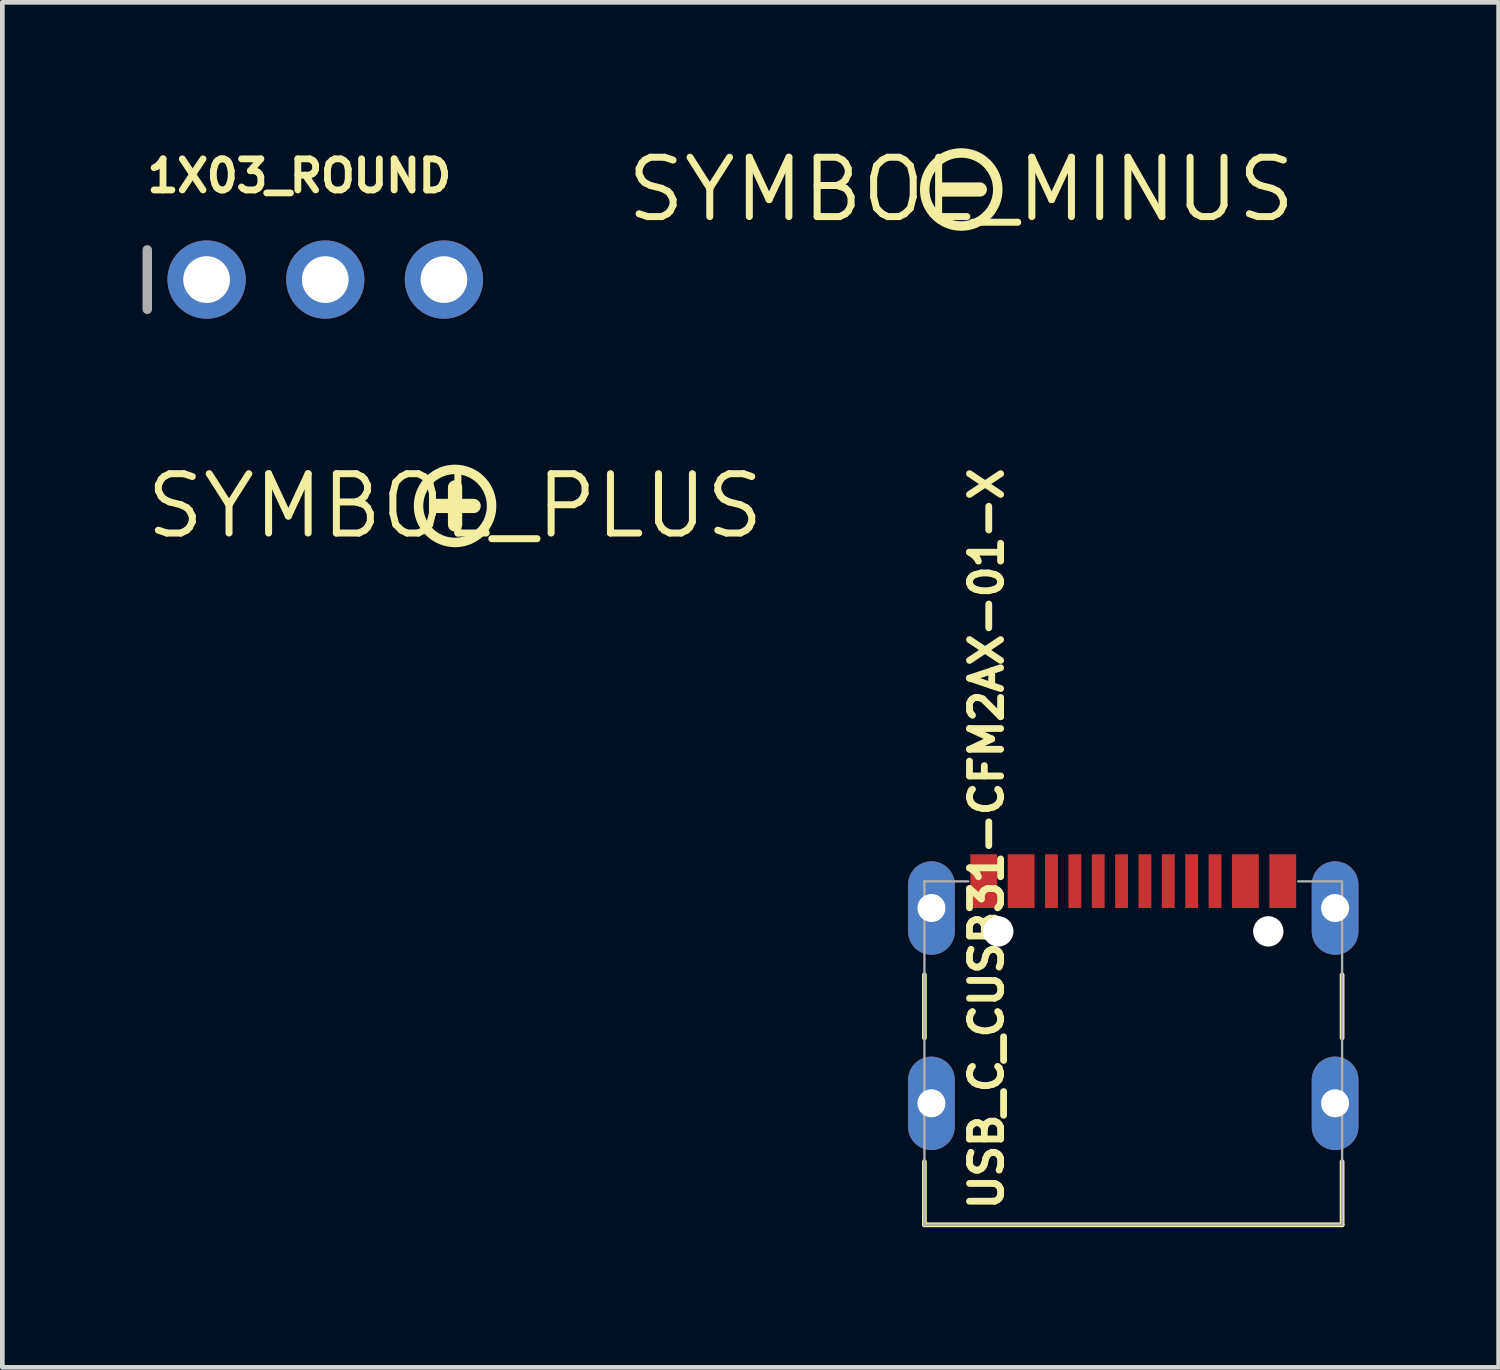
<source format=kicad_pcb>
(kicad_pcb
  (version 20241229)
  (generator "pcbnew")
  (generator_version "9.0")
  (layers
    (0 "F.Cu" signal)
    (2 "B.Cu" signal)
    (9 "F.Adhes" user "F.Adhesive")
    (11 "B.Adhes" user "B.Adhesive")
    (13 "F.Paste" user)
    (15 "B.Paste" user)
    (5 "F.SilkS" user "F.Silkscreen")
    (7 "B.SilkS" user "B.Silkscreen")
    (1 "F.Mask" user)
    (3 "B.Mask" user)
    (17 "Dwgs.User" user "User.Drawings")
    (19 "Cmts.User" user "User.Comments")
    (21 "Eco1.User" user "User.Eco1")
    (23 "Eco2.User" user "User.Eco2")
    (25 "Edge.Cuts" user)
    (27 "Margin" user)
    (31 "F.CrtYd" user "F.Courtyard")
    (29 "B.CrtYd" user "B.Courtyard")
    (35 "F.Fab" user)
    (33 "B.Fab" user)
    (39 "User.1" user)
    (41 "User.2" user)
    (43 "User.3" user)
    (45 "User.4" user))
  (footprint "USB_C_CUSB31-CFM2AX-01-X"
    (layer "F.Cu")
    (at 21.206 18.085)
    (property "Reference" "USB_C_CUSB31-CFM2AX-01-X" (at -2.75 4.83 90) (unlocked yes) (layer "F.SilkS") (effects (font (size 0.666 0.666) (thickness 0.146)) (justify left bottom)))
    (fp_line (start -4.47 1.08) (end -4.47 -0.27) (stroke (width 0.102) (type solid)) (layer "F.SilkS"))
    (fp_line (start -4.47 5.08) (end -4.47 3.73) (stroke (width 0.102) (type solid)) (layer "F.SilkS"))
    (fp_line (start 4.47 -0.27) (end 4.47 1.08) (stroke (width 0.102) (type solid)) (layer "F.SilkS"))
    (fp_line (start 4.47 3.73) (end 4.47 5.08) (stroke (width 0.102) (type solid)) (layer "F.SilkS"))
    (fp_line (start 4.47 5.08) (end -4.47 5.08) (stroke (width 0.102) (type solid)) (layer "F.SilkS"))
    (fp_poly (pts (xy -3.378 -1.702) (xy -3.023 -1.702) (xy -3.023 -2.845) (xy -3.378 -2.845)) (stroke (width 0) (type default)) (fill yes) (layer "F.Paste"))
    (fp_poly (pts (xy -2.591 -1.702) (xy -2.21 -1.702) (xy -2.21 -2.845) (xy -2.591 -2.845)) (stroke (width 0) (type default)) (fill yes) (layer "F.Paste"))
    (fp_poly (pts (xy 2.21 -1.702) (xy 2.591 -1.702) (xy 2.591 -2.845) (xy 2.21 -2.845)) (stroke (width 0) (type default)) (fill yes) (layer "F.Paste"))
    (fp_poly (pts (xy 3.023 -1.702) (xy 3.378 -1.702) (xy 3.378 -2.845) (xy 3.023 -2.845)) (stroke (width 0) (type default)) (fill yes) (layer "F.Paste"))
    (fp_poly (pts (xy -4.169 -2.669) (xy -4.034 -2.6) (xy -3.928 -2.493) (xy -3.835 -2.21) (xy -3.835 -1.194) (xy -3.859 -1.045) (xy -3.928 -0.91) (xy -4.034 -0.803) (xy -4.318 -0.711) (xy -4.449 -0.729) (xy -4.572 -0.779) (xy -4.677 -0.86) (xy -4.758 -0.965) (xy -4.826 -1.219) (xy -4.826 -2.184) (xy -4.809 -2.316) (xy -4.758 -2.438) (xy -4.677 -2.544) (xy -4.572 -2.624) (xy -4.318 -2.692)) (stroke (width 0) (type default)) (fill yes) (layer "F.Paste"))
    (fp_poly (pts (xy -4.156 1.51) (xy -4.022 1.578) (xy -3.915 1.685) (xy -3.823 1.968) (xy -3.823 2.985) (xy -3.846 3.134) (xy -3.915 3.268) (xy -4.022 3.375) (xy -4.305 3.467) (xy -4.437 3.45) (xy -4.559 3.399) (xy -4.665 3.318) (xy -4.745 3.213) (xy -4.813 2.959) (xy -4.813 1.994) (xy -4.796 1.862) (xy -4.745 1.74) (xy -4.665 1.635) (xy -4.559 1.554) (xy -4.305 1.486)) (stroke (width 0) (type default)) (fill yes) (layer "F.Paste"))
    (fp_poly (pts (xy 4.48 -2.681) (xy 4.614 -2.613) (xy 4.721 -2.506) (xy 4.813 -2.223) (xy 4.813 -1.206) (xy 4.79 -1.057) (xy 4.721 -0.923) (xy 4.614 -0.816) (xy 4.331 -0.724) (xy 4.199 -0.741) (xy 4.077 -0.792) (xy 3.971 -0.873) (xy 3.891 -0.978) (xy 3.823 -1.232) (xy 3.823 -2.197) (xy 3.84 -2.329) (xy 3.891 -2.451) (xy 3.971 -2.556) (xy 4.077 -2.637) (xy 4.331 -2.705)) (stroke (width 0) (type default)) (fill yes) (layer "F.Paste"))
    (fp_poly (pts (xy 4.48 1.51) (xy 4.614 1.578) (xy 4.721 1.685) (xy 4.813 1.968) (xy 4.813 2.985) (xy 4.79 3.134) (xy 4.721 3.268) (xy 4.614 3.375) (xy 4.331 3.467) (xy 4.199 3.45) (xy 4.077 3.399) (xy 3.971 3.318) (xy 3.891 3.213) (xy 3.823 2.959) (xy 3.823 1.994) (xy 3.84 1.862) (xy 3.891 1.74) (xy 3.971 1.635) (xy 4.077 1.554) (xy 4.331 1.486)) (stroke (width 0) (type default)) (fill yes) (layer "F.Paste"))
    (fp_line (start -4.47 -2.27) (end -3.53 -2.27) (stroke (width 0.05) (type solid)) (layer "F.Fab"))
    (fp_line (start -4.47 5.08) (end -4.47 -2.27) (stroke (width 0.05) (type solid)) (layer "F.Fab"))
    (fp_line (start 3.53 -2.27) (end 4.47 -2.27) (stroke (width 0.05) (type solid)) (layer "F.Fab"))
    (fp_line (start 4.47 -2.27) (end 4.47 5.08) (stroke (width 0.05) (type solid)) (layer "F.Fab"))
    (fp_line (start 4.47 5.08) (end -4.47 5.08) (stroke (width 0.05) (type solid)) (layer "F.Fab"))
    (pad "" np_thru_hole circle (at -2.89 -1.2) (size 0.65 0.65) (drill 0.65) (layers "*.Cu" "*.Mask"))
    (pad "" np_thru_hole circle (at 2.89 -1.2) (size 0.65 0.65) (drill 0.65) (layers "*.Cu" "*.Mask"))
    (pad "A1B12" smd rect (at -3.2 -2.275) (size 0.575 1.15) (layers "F.Cu" "F.Mask"))
    (pad "A4B9" smd rect (at -2.4 -2.275) (size 0.575 1.15) (layers "F.Cu" "F.Mask"))
    (pad "A5" smd rect (at -1.25 -2.275) (size 0.275 1.15) (layers "F.Cu" "F.Mask" "F.Paste"))
    (pad "A6" smd rect (at -0.25 -2.275) (size 0.275 1.15) (layers "F.Cu" "F.Mask" "F.Paste"))
    (pad "A7" smd rect (at 0.25 -2.275) (size 0.275 1.15) (layers "F.Cu" "F.Mask" "F.Paste"))
    (pad "A8" smd rect (at 1.25 -2.275) (size 0.275 1.15) (layers "F.Cu" "F.Mask" "F.Paste"))
    (pad "B1A12" smd rect (at 3.2 -2.275) (size 0.575 1.15) (layers "F.Cu" "F.Mask"))
    (pad "B4A9" smd rect (at 2.4 -2.275) (size 0.575 1.15) (layers "F.Cu" "F.Mask"))
    (pad "B5" smd rect (at 1.75 -2.275) (size 0.275 1.15) (layers "F.Cu" "F.Mask" "F.Paste"))
    (pad "B6" smd rect (at 0.75 -2.275) (size 0.275 1.15) (layers "F.Cu" "F.Mask" "F.Paste"))
    (pad "B7" smd rect (at -0.75 -2.275) (size 0.275 1.15) (layers "F.Cu" "F.Mask" "F.Paste"))
    (pad "B8" smd rect (at -1.75 -2.275) (size 0.275 1.15) (layers "F.Cu" "F.Mask" "F.Paste"))
    (pad "M1" thru_hole oval (at -4.32 -1.7 90) (size 2 1) (drill 0.6) (layers "*.Cu" "*.Mask"))
    (pad "M2" thru_hole oval (at 4.32 -1.7 90) (size 2 1) (drill 0.6) (layers "*.Cu" "*.Mask"))
    (pad "M3" thru_hole oval (at -4.32 2.48 90) (size 2 1) (drill 0.6) (layers "*.Cu" "*.Mask"))
    (pad "M4" thru_hole oval (at 4.32 2.48 90) (size 2 1) (drill 0.6) (layers "*.Cu" "*.Mask")))
  (footprint "1X03_ROUND"
    (layer "F.Cu")
    (at 3.912 2.934)
    (property "Reference" "1X03_ROUND" (at -3.886 -1.829 0) (unlocked yes) (layer "F.SilkS") (effects (font (size 0.666 0.666) (thickness 0.146)) (justify left bottom)))
    (fp_line (start -3.81 -0.635) (end -3.81 0.635) (stroke (width 0.203) (type solid)) (layer "F.Fab"))
    (fp_poly (pts (xy -2.794 0.254) (xy -2.286 0.254) (xy -2.286 -0.254) (xy -2.794 -0.254)) (stroke (width 0.1) (type default)) (fill no) (layer "F.Fab"))
    (fp_poly (pts (xy -0.254 0.254) (xy 0.254 0.254) (xy 0.254 -0.254) (xy -0.254 -0.254)) (stroke (width 0.1) (type default)) (fill no) (layer "F.Fab"))
    (fp_poly (pts (xy 2.286 0.254) (xy 2.794 0.254) (xy 2.794 -0.254) (xy 2.286 -0.254)) (stroke (width 0.1) (type default)) (fill no) (layer "F.Fab"))
    (pad "1" thru_hole circle (at -2.54 0 90) (size 1.676 1.676) (drill 1) (layers "*.Cu" "*.Mask"))
    (pad "2" thru_hole circle (at 0 0 90) (size 1.676 1.676) (drill 1) (layers "*.Cu" "*.Mask"))
    (pad "3" thru_hole circle (at 2.54 0 90) (size 1.676 1.676) (drill 1) (layers "*.Cu" "*.Mask")))
  (footprint "SYMBOL_PLUS"
    (layer "F.Cu")
    (at 6.69 7.779)
    (property "Reference" "SYMBOL_PLUS" (at 0 0 0) (layer "F.SilkS") (effects (font (size 1.27 1.27) (thickness 0.15))))
    (fp_line (start 0 -0.397) (end 0 0.397) (stroke (width 0.305) (type solid)) (layer "F.SilkS"))
    (fp_line (start 0.397 0) (end -0.397 0) (stroke (width 0.305) (type solid)) (layer "F.SilkS"))
    (fp_circle (center 0 0) (end 0.782 0) (stroke (width 0.203) (type solid)) (fill no) (layer "F.SilkS")))
  (footprint "SYMBOL_MINUS"
    (layer "F.Cu")
    (at 17.524 1.006)
    (property "Reference" "SYMBOL_MINUS" (at 0 0 0) (layer "F.SilkS") (effects (font (size 1.27 1.27) (thickness 0.15))))
    (fp_line (start 0.397 0) (end -0.397 0) (stroke (width 0.305) (type solid)) (layer "F.SilkS"))
    (fp_circle (center 0 0) (end 0.782 0) (stroke (width 0.203) (type solid)) (fill no) (layer "F.SilkS")))
  (gr_rect
    (start -3 -3)
    (end 29.026 26.216)
    (stroke (width 0.1) (type default))
    (fill no)
    (layer "Edge.Cuts")))
</source>
